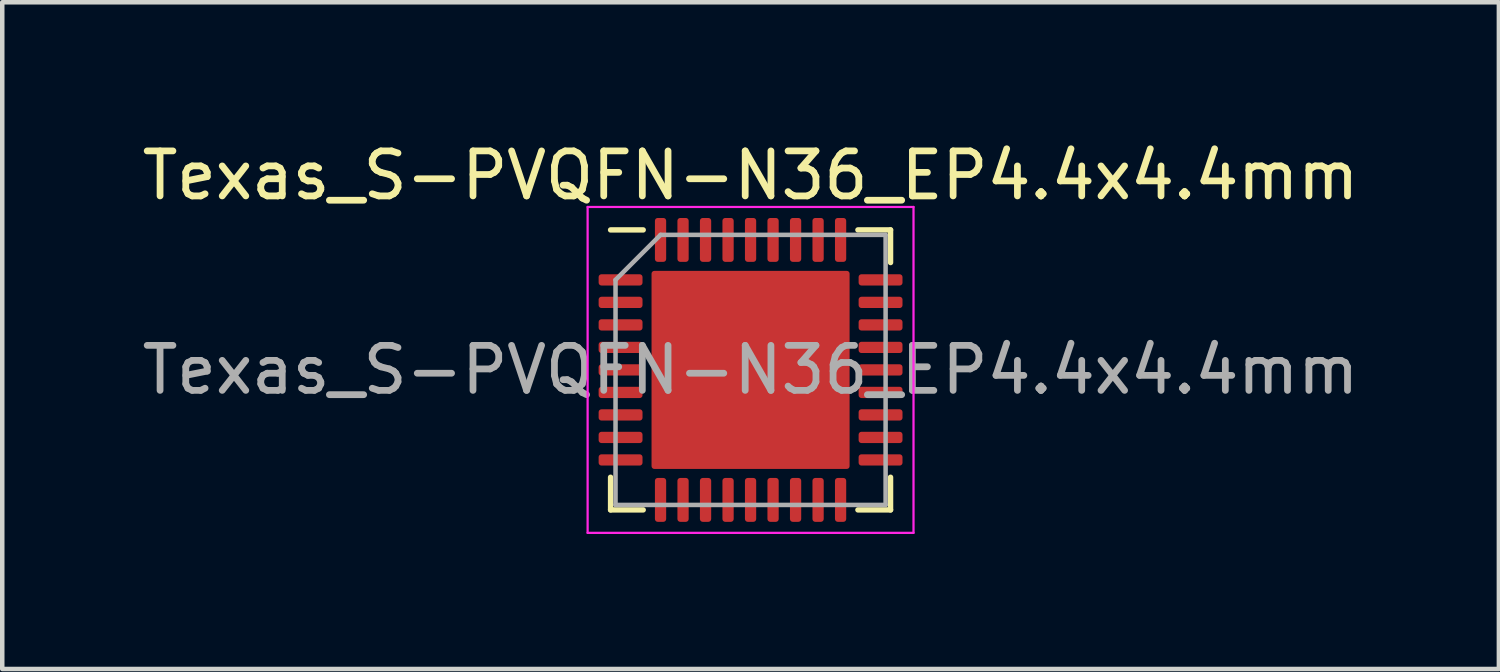
<source format=kicad_pcb>
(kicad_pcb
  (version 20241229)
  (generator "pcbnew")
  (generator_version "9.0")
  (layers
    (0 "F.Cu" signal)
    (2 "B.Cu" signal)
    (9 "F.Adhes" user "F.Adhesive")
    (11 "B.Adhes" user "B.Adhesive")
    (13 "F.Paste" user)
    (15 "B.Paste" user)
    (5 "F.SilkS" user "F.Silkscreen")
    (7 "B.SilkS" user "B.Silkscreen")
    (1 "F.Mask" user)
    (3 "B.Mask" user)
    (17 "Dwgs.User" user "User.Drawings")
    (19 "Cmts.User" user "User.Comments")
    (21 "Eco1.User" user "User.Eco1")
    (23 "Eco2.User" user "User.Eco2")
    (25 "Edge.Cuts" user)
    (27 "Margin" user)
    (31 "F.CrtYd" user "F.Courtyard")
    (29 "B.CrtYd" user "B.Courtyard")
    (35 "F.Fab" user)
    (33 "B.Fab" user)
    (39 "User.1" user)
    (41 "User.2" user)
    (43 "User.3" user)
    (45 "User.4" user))
  (footprint "Texas_S-PVQFN-N36_EP4.4x4.4mm"
    (layer "F.Cu")
    (at 13.625 5.168)
    (property "Reference" "Texas_S-PVQFN-N36_EP4.4x4.4mm" (at 0 -4.32 0) (layer "F.SilkS") (effects (font (size 1 1) (thickness 0.15))))
    (attr smd)
    (fp_line (start -3.11 3.11) (end -3.11 2.385) (stroke (width 0.12) (type solid)) (layer "F.SilkS"))
    (fp_line (start -2.385 -3.11) (end -3.11 -3.11) (stroke (width 0.12) (type solid)) (layer "F.SilkS"))
    (fp_line (start -2.385 3.11) (end -3.11 3.11) (stroke (width 0.12) (type solid)) (layer "F.SilkS"))
    (fp_line (start 2.385 -3.11) (end 3.11 -3.11) (stroke (width 0.12) (type solid)) (layer "F.SilkS"))
    (fp_line (start 2.385 3.11) (end 3.11 3.11) (stroke (width 0.12) (type solid)) (layer "F.SilkS"))
    (fp_line (start 3.11 -3.11) (end 3.11 -2.385) (stroke (width 0.12) (type solid)) (layer "F.SilkS"))
    (fp_line (start 3.11 3.11) (end 3.11 2.385) (stroke (width 0.12) (type solid)) (layer "F.SilkS"))
    (fp_line (start -3.62 -3.62) (end -3.62 3.62) (stroke (width 0.05) (type solid)) (layer "F.CrtYd"))
    (fp_line (start -3.62 3.62) (end 3.62 3.62) (stroke (width 0.05) (type solid)) (layer "F.CrtYd"))
    (fp_line (start 3.62 -3.62) (end -3.62 -3.62) (stroke (width 0.05) (type solid)) (layer "F.CrtYd"))
    (fp_line (start 3.62 3.62) (end 3.62 -3.62) (stroke (width 0.05) (type solid)) (layer "F.CrtYd"))
    (fp_line (start -3 -2) (end -2 -3) (stroke (width 0.1) (type solid)) (layer "F.Fab"))
    (fp_line (start -3 3) (end -3 -2) (stroke (width 0.1) (type solid)) (layer "F.Fab"))
    (fp_line (start -2 -3) (end 3 -3) (stroke (width 0.1) (type solid)) (layer "F.Fab"))
    (fp_line (start 3 -3) (end 3 3) (stroke (width 0.1) (type solid)) (layer "F.Fab"))
    (fp_line (start 3 3) (end -3 3) (stroke (width 0.1) (type solid)) (layer "F.Fab"))
    (fp_text user "${REFERENCE}" (at 0 0 0) (layer "F.Fab") (effects (font (size 1 1) (thickness 0.15))))
    (pad "" smd roundrect (at -1.47 -1.47) (size 1.18 1.18) (layers "F.Paste") (roundrect_rratio 0.212))
    (pad "" smd roundrect (at -1.47 0) (size 1.18 1.18) (layers "F.Paste") (roundrect_rratio 0.212))
    (pad "" smd roundrect (at -1.47 1.47) (size 1.18 1.18) (layers "F.Paste") (roundrect_rratio 0.212))
    (pad "" smd roundrect (at 0 -1.47) (size 1.18 1.18) (layers "F.Paste") (roundrect_rratio 0.212))
    (pad "" smd roundrect (at 0 0) (size 1.18 1.18) (layers "F.Paste") (roundrect_rratio 0.212))
    (pad "" smd roundrect (at 0 1.47) (size 1.18 1.18) (layers "F.Paste") (roundrect_rratio 0.212))
    (pad "" smd roundrect (at 1.47 -1.47) (size 1.18 1.18) (layers "F.Paste") (roundrect_rratio 0.212))
    (pad "" smd roundrect (at 1.47 0) (size 1.18 1.18) (layers "F.Paste") (roundrect_rratio 0.212))
    (pad "" smd roundrect (at 1.47 1.47) (size 1.18 1.18) (layers "F.Paste") (roundrect_rratio 0.212))
    (pad "1" smd roundrect (at -2.888 -2) (size 0.975 0.25) (layers "F.Cu" "F.Mask" "F.Paste") (roundrect_rratio 0.25))
    (pad "2" smd roundrect (at -2.888 -1.5) (size 0.975 0.25) (layers "F.Cu" "F.Mask" "F.Paste") (roundrect_rratio 0.25))
    (pad "3" smd roundrect (at -2.888 -1) (size 0.975 0.25) (layers "F.Cu" "F.Mask" "F.Paste") (roundrect_rratio 0.25))
    (pad "4" smd roundrect (at -2.888 -0.5) (size 0.975 0.25) (layers "F.Cu" "F.Mask" "F.Paste") (roundrect_rratio 0.25))
    (pad "5" smd roundrect (at -2.888 0) (size 0.975 0.25) (layers "F.Cu" "F.Mask" "F.Paste") (roundrect_rratio 0.25))
    (pad "6" smd roundrect (at -2.888 0.5) (size 0.975 0.25) (layers "F.Cu" "F.Mask" "F.Paste") (roundrect_rratio 0.25))
    (pad "7" smd roundrect (at -2.888 1) (size 0.975 0.25) (layers "F.Cu" "F.Mask" "F.Paste") (roundrect_rratio 0.25))
    (pad "8" smd roundrect (at -2.888 1.5) (size 0.975 0.25) (layers "F.Cu" "F.Mask" "F.Paste") (roundrect_rratio 0.25))
    (pad "9" smd roundrect (at -2.888 2) (size 0.975 0.25) (layers "F.Cu" "F.Mask" "F.Paste") (roundrect_rratio 0.25))
    (pad "10" smd roundrect (at -2 2.888) (size 0.25 0.975) (layers "F.Cu" "F.Mask" "F.Paste") (roundrect_rratio 0.25))
    (pad "11" smd roundrect (at -1.5 2.888) (size 0.25 0.975) (layers "F.Cu" "F.Mask" "F.Paste") (roundrect_rratio 0.25))
    (pad "12" smd roundrect (at -1 2.888) (size 0.25 0.975) (layers "F.Cu" "F.Mask" "F.Paste") (roundrect_rratio 0.25))
    (pad "13" smd roundrect (at -0.5 2.888) (size 0.25 0.975) (layers "F.Cu" "F.Mask" "F.Paste") (roundrect_rratio 0.25))
    (pad "14" smd roundrect (at 0 2.888) (size 0.25 0.975) (layers "F.Cu" "F.Mask" "F.Paste") (roundrect_rratio 0.25))
    (pad "15" smd roundrect (at 0.5 2.888) (size 0.25 0.975) (layers "F.Cu" "F.Mask" "F.Paste") (roundrect_rratio 0.25))
    (pad "16" smd roundrect (at 1 2.888) (size 0.25 0.975) (layers "F.Cu" "F.Mask" "F.Paste") (roundrect_rratio 0.25))
    (pad "17" smd roundrect (at 1.5 2.888) (size 0.25 0.975) (layers "F.Cu" "F.Mask" "F.Paste") (roundrect_rratio 0.25))
    (pad "18" smd roundrect (at 2 2.888) (size 0.25 0.975) (layers "F.Cu" "F.Mask" "F.Paste") (roundrect_rratio 0.25))
    (pad "19" smd roundrect (at 2.888 2) (size 0.975 0.25) (layers "F.Cu" "F.Mask" "F.Paste") (roundrect_rratio 0.25))
    (pad "20" smd roundrect (at 2.888 1.5) (size 0.975 0.25) (layers "F.Cu" "F.Mask" "F.Paste") (roundrect_rratio 0.25))
    (pad "21" smd roundrect (at 2.888 1) (size 0.975 0.25) (layers "F.Cu" "F.Mask" "F.Paste") (roundrect_rratio 0.25))
    (pad "22" smd roundrect (at 2.888 0.5) (size 0.975 0.25) (layers "F.Cu" "F.Mask" "F.Paste") (roundrect_rratio 0.25))
    (pad "23" smd roundrect (at 2.888 0) (size 0.975 0.25) (layers "F.Cu" "F.Mask" "F.Paste") (roundrect_rratio 0.25))
    (pad "24" smd roundrect (at 2.888 -0.5) (size 0.975 0.25) (layers "F.Cu" "F.Mask" "F.Paste") (roundrect_rratio 0.25))
    (pad "25" smd roundrect (at 2.888 -1) (size 0.975 0.25) (layers "F.Cu" "F.Mask" "F.Paste") (roundrect_rratio 0.25))
    (pad "26" smd roundrect (at 2.888 -1.5) (size 0.975 0.25) (layers "F.Cu" "F.Mask" "F.Paste") (roundrect_rratio 0.25))
    (pad "27" smd roundrect (at 2.888 -2) (size 0.975 0.25) (layers "F.Cu" "F.Mask" "F.Paste") (roundrect_rratio 0.25))
    (pad "28" smd roundrect (at 2 -2.888) (size 0.25 0.975) (layers "F.Cu" "F.Mask" "F.Paste") (roundrect_rratio 0.25))
    (pad "29" smd roundrect (at 1.5 -2.888) (size 0.25 0.975) (layers "F.Cu" "F.Mask" "F.Paste") (roundrect_rratio 0.25))
    (pad "30" smd roundrect (at 1 -2.888) (size 0.25 0.975) (layers "F.Cu" "F.Mask" "F.Paste") (roundrect_rratio 0.25))
    (pad "31" smd roundrect (at 0.5 -2.888) (size 0.25 0.975) (layers "F.Cu" "F.Mask" "F.Paste") (roundrect_rratio 0.25))
    (pad "32" smd roundrect (at 0 -2.888) (size 0.25 0.975) (layers "F.Cu" "F.Mask" "F.Paste") (roundrect_rratio 0.25))
    (pad "33" smd roundrect (at -0.5 -2.888) (size 0.25 0.975) (layers "F.Cu" "F.Mask" "F.Paste") (roundrect_rratio 0.25))
    (pad "34" smd roundrect (at -1 -2.888) (size 0.25 0.975) (layers "F.Cu" "F.Mask" "F.Paste") (roundrect_rratio 0.25))
    (pad "35" smd roundrect (at -1.5 -2.888) (size 0.25 0.975) (layers "F.Cu" "F.Mask" "F.Paste") (roundrect_rratio 0.25))
    (pad "36" smd roundrect (at -2 -2.888) (size 0.25 0.975) (layers "F.Cu" "F.Mask" "F.Paste") (roundrect_rratio 0.25))
    (pad "37" smd roundrect (at 0 0) (size 4.4 4.4) (layers "F.Cu" "F.Mask") (roundrect_rratio 0.014)))
  (gr_rect
    (start -3 -3)
    (end 30.25 11.813)
    (stroke (width 0.1) (type default))
    (fill no)
    (layer "Edge.Cuts")))
</source>
